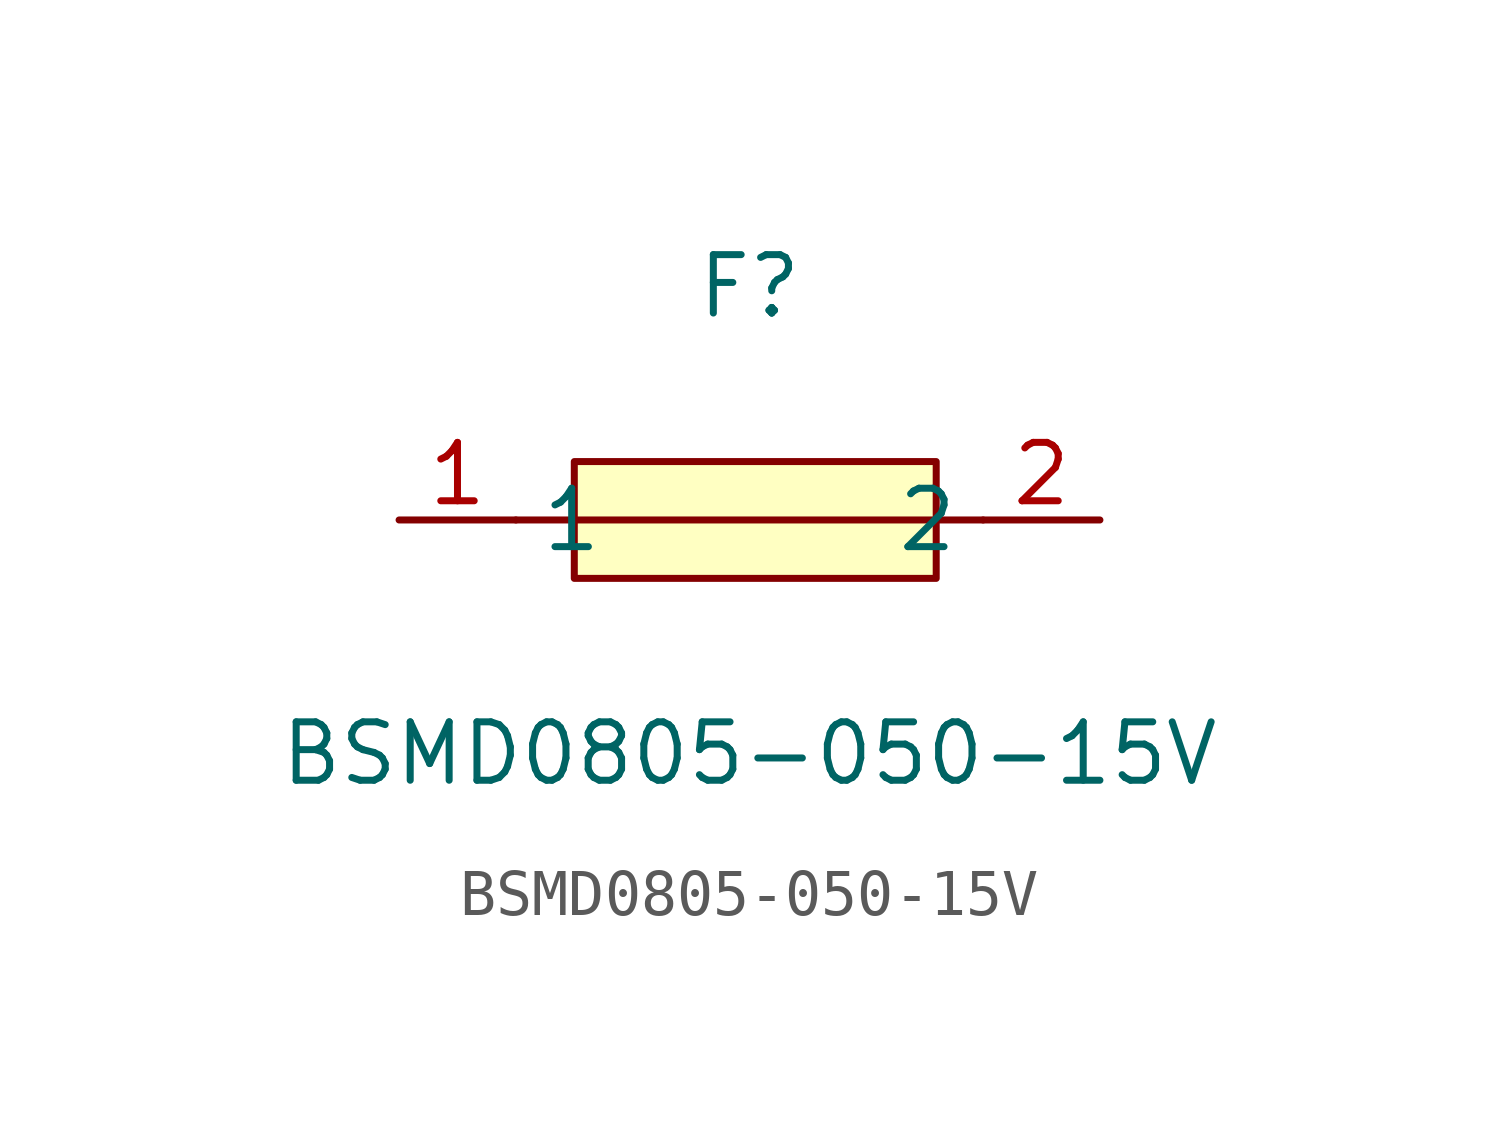
<source format=kicad_sym>
(kicad_symbol_lib
  (version 1)
  (generator "faebryk")
  (symbol "BSMD0805-050-15V"
    (property "Reference" "F"
      (at 0 5.08 0)
      (effects (font (size 1.27 1.27)) (hide no)))
    (property "Value" "BSMD0805-050-15V"
      (at 0 -5.08 0)
      (effects (font (size 1.27 1.27)) (hide no)))
    (symbol "BSMD0805-050-15V_0_1"
      (polyline (stroke (width 0) (type default) (color 0 0 0 0)) (fill (type none)) (pts (xy -5.08 0) (xy 5.08 0)))
      (rectangle (start -3.81 1.27) (end 4.06 -1.27) (stroke (width 0) (type default) (color 0 0 0 0)) (fill (type background)))
      (pin unspecified line (at 7.62 0 180) (length 2.54) (name "2" (effects (font (size 1.27 1.27)) (hide no))) (number "2" (effects (font (size 1.27 1.27)) (hide no))))
      (pin unspecified line (at -7.62 0 0) (length 2.54) (name "1" (effects (font (size 1.27 1.27)) (hide no))) (number "1" (effects (font (size 1.27 1.27)) (hide no)))))))
</source>
